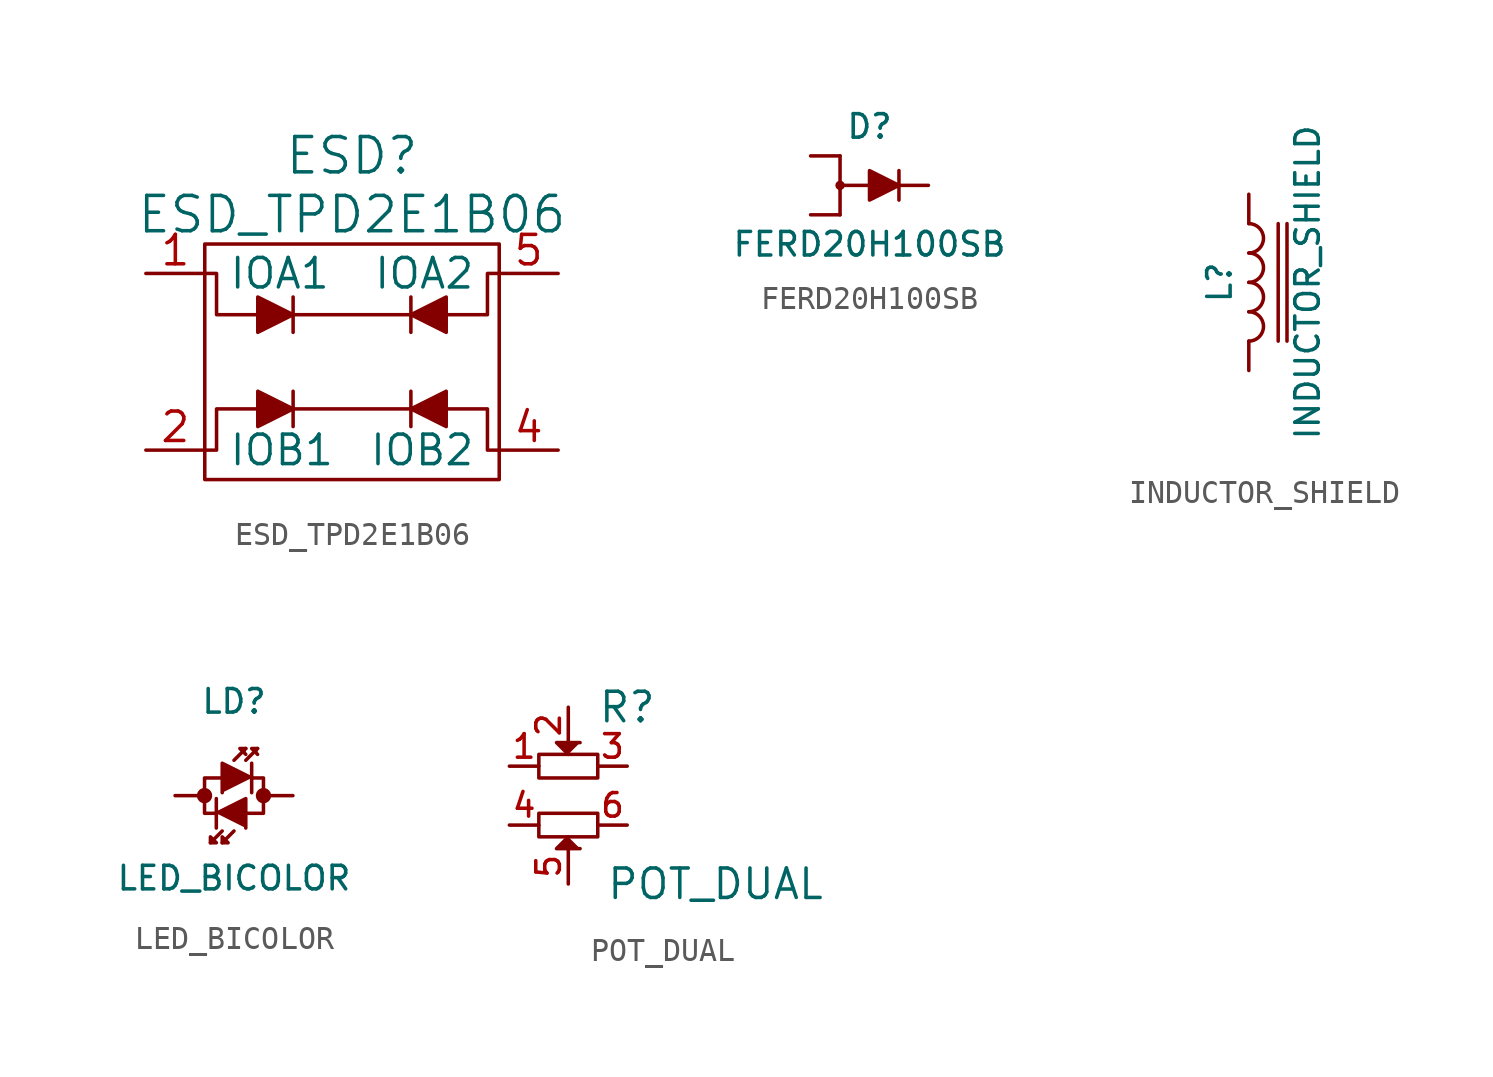
<source format=kicad_sym>
(kicad_symbol_lib
  (version 20220914)
  (generator kicad_symbol_editor)
  (symbol "ESD_TPD2E1B06"
    (pin_names
      (offset 1.016))
    (property "Reference" "ESD"
      (at 0 8.89 0)
      (effects (font (size 1.524 1.524))))
    (property "Value" "ESD_TPD2E1B06"
      (at 0 6.35 0)
      (effects (font (size 1.524 1.524))))
    (property "Footprint" ""
      (at 3.81 -2.032 0)
      (effects (font (size 1.524 1.524))))
    (property "Datasheet" ""
      (at 0 0 0)
      (effects (font (size 1.524 1.524))))
    (symbol "ESD_TPD2E1B06_0_1"
      (rectangle (start -6.35 5.08) (end 6.35 -5.08) (stroke (width 0) (type solid)) (fill (type none)))
      (polyline (pts (xy -2.54 -1.27) (xy -2.54 -2.794)) (stroke (width 0) (type solid)) (fill (type none)))
      (polyline (pts (xy -2.54 2.794) (xy -2.54 1.27)) (stroke (width 0) (type solid)) (fill (type none)))
      (polyline (pts (xy 2.54 -1.27) (xy 2.54 -2.794)) (stroke (width 0) (type solid)) (fill (type none)))
      (polyline (pts (xy 2.54 2.794) (xy 2.54 1.27)) (stroke (width 0) (type solid)) (fill (type none)))
      (polyline (pts (xy -4.064 -1.27) (xy -4.064 -2.794) (xy -2.54 -2.032) (xy -4.064 -1.27)) (stroke (width 0) (type solid)) (fill (type outline)))
      (polyline (pts (xy -4.064 2.794) (xy -4.064 1.27) (xy -2.54 2.032) (xy -4.064 2.794)) (stroke (width 0) (type solid)) (fill (type outline)))
      (polyline (pts (xy 4.064 -1.27) (xy 4.064 -2.794) (xy 2.54 -2.032) (xy 4.064 -1.27)) (stroke (width 0) (type solid)) (fill (type outline)))
      (polyline (pts (xy 4.064 2.794) (xy 4.064 1.27) (xy 2.54 2.032) (xy 4.064 2.794)) (stroke (width 0) (type solid)) (fill (type outline)))
      (polyline (pts (xy -6.35 -3.81) (xy -5.842 -3.81) (xy -5.842 -2.032) (xy 5.842 -2.032) (xy 5.842 -3.81) (xy 6.35 -3.81)) (stroke (width 0) (type solid)) (fill (type none)))
      (polyline (pts (xy -6.35 3.81) (xy -5.842 3.81) (xy -5.842 2.032) (xy 5.842 2.032) (xy 5.842 3.81) (xy 6.35 3.81)) (stroke (width 0) (type solid)) (fill (type none))))
    (symbol "ESD_TPD2E1B06_1_1"
      (pin input line (at -8.89 3.81 0) (length 2.54) (name "IOA1" (effects (font (size 1.27 1.27)))) (number "1" (effects (font (size 1.27 1.27)))))
      (pin input line (at -8.89 -3.81 0) (length 2.54) (name "IOB1" (effects (font (size 1.27 1.27)))) (number "2" (effects (font (size 1.27 1.27)))))
      (pin input line (at 8.89 -3.81 180) (length 2.54) (name "IOB2" (effects (font (size 1.27 1.27)))) (number "4" (effects (font (size 1.27 1.27)))))
      (pin input line (at 8.89 3.81 180) (length 2.54) (name "IOA2" (effects (font (size 1.27 1.27)))) (number "5" (effects (font (size 1.27 1.27)))))))
  (symbol "FERD20H100SB"
    (pin_numbers hide)
    (pin_names
      (offset 1.016) hide)
    (property "Reference" "D"
      (at 0 2.54 0)
      (effects (font (size 1.016 1.016))))
    (property "Value" "FERD20H100SB"
      (at 0 -2.54 0)
      (effects (font (size 1.016 1.016))))
    (property "Footprint" ""
      (at 0 0 0)
      (effects (font (size 1.524 1.524))))
    (property "Datasheet" ""
      (at 0 0 0)
      (effects (font (size 1.524 1.524))))
    (symbol "FERD20H100SB_0_1"
      (circle (center -1.27 0) (radius 0.127) (stroke (width 0) (type solid)) (fill (type none)))
      (polyline (pts (xy -1.27 0) (xy 0 0)) (stroke (width 0) (type solid)) (fill (type none)))
      (polyline (pts (xy -1.27 1.27) (xy -1.27 -1.27)) (stroke (width 0) (type solid)) (fill (type none)))
      (polyline (pts (xy 1.27 -0.635) (xy 1.27 0.635) (xy 1.27 0.635)) (stroke (width 0) (type solid)) (fill (type none)))
      (polyline (pts (xy 1.27 0) (xy 0 0.635) (xy 0 -0.635) (xy 1.27 0)) (stroke (width 0) (type solid)) (fill (type outline))))
    (symbol "FERD20H100SB_1_1"
      (pin passive line (at -2.54 1.27 0) (length 1.27) (name "A" (effects (font (size 1.016 1.016)))) (number "1" (effects (font (size 1.016 1.016)))))
      (pin passive line (at 2.54 0 180) (length 1.27) (name "K" (effects (font (size 1.016 1.016)))) (number "2" (effects (font (size 1.016 1.016)))))
      (pin passive line (at -2.54 -1.27 0) (length 1.27) (name "A" (effects (font (size 1.016 1.016)))) (number "3" (effects (font (size 1.016 1.016)))))))
  (symbol "INDUCTOR_SHIELD"
    (pin_numbers hide)
    (pin_names
      (offset 1.016) hide)
    (property "Reference" "L"
      (at -1.27 0 90)
      (effects (font (size 1.016 1.016))))
    (property "Value" "INDUCTOR_SHIELD"
      (at 2.54 0 90)
      (effects (font (size 1.016 1.016))))
    (property "Footprint" ""
      (at 0 0 0)
      (effects (font (size 1.524 1.524))))
    (property "Datasheet" ""
      (at 0 0 0)
      (effects (font (size 1.524 1.524))))
    (symbol "INDUCTOR_SHIELD_0_1"
      (arc (start 0 -2.54) (mid 0.6323 -1.905) (end 0 -1.27) (stroke (width 0) (type solid)) (fill (type none)))
      (arc (start 0 -1.27) (mid 0.6323 -0.635) (end 0 0) (stroke (width 0) (type solid)) (fill (type none)))
      (polyline (pts (xy 1.27 2.54) (xy 1.27 -2.54)) (stroke (width 0) (type solid)) (fill (type none)))
      (polyline (pts (xy 1.651 -2.54) (xy 1.651 2.54)) (stroke (width 0) (type solid)) (fill (type none)))
      (arc (start 0 0) (mid 0.6323 0.635) (end 0 1.27) (stroke (width 0) (type solid)) (fill (type none)))
      (arc (start 0 1.27) (mid 0.6323 1.905) (end 0 2.54) (stroke (width 0) (type solid)) (fill (type none))))
    (symbol "INDUCTOR_SHIELD_1_1"
      (pin passive line (at 0 3.81 270) (length 1.27) (name "1" (effects (font (size 1.778 1.778)))) (number "1" (effects (font (size 1.778 1.778)))))
      (pin passive line (at 0 -3.81 90) (length 1.27) (name "2" (effects (font (size 1.778 1.778)))) (number "2" (effects (font (size 1.778 1.778)))))))
  (symbol "LED_BICOLOR"
    (pin_numbers hide)
    (pin_names
      (offset 1.016) hide)
    (property "Reference" "LD"
      (at 0 4.064 0)
      (effects (font (size 1.016 1.016))))
    (property "Value" "LED_BICOLOR"
      (at 0 -3.556 0)
      (effects (font (size 1.016 1.016))))
    (property "Footprint" ""
      (at 0 0 0)
      (effects (font (size 1.524 1.524))))
    (property "Datasheet" ""
      (at 0 0 0)
      (effects (font (size 1.524 1.524))))
    (symbol "LED_BICOLOR_0_1"
      (circle (center -1.27 0) (radius 0.254) (stroke (width 0) (type solid)) (fill (type outline)))
      (polyline (pts (xy -0.762 -1.397) (xy -0.762 -0.127) (xy -0.762 -0.127)) (stroke (width 0) (type solid)) (fill (type none)))
      (polyline (pts (xy -0.508 -1.524) (xy -1.016 -2.032) (xy -1.016 -2.032)) (stroke (width 0) (type solid)) (fill (type none)))
      (polyline (pts (xy 0 -1.524) (xy -0.508 -2.032) (xy -0.508 -2.032)) (stroke (width 0) (type solid)) (fill (type none)))
      (polyline (pts (xy 0 1.524) (xy 0.508 2.032) (xy 0.508 2.032)) (stroke (width 0) (type solid)) (fill (type none)))
      (polyline (pts (xy 0.508 1.524) (xy 1.016 2.032) (xy 1.016 2.032)) (stroke (width 0) (type solid)) (fill (type outline)))
      (polyline (pts (xy 0.762 0.127) (xy 0.762 1.397) (xy 0.762 1.397)) (stroke (width 0) (type solid)) (fill (type none)))
      (polyline (pts (xy -0.762 -0.762) (xy 0.508 -0.127) (xy 0.508 -1.397) (xy 0.508 -1.397)) (stroke (width 0) (type solid)) (fill (type outline)))
      (polyline (pts (xy 0.508 1.778) (xy 0.254 2.032) (xy 0.508 2.032) (xy 0.508 2.032)) (stroke (width 0) (type solid)) (fill (type outline)))
      (polyline (pts (xy 0.762 0.762) (xy -0.508 1.397) (xy -0.508 0.127) (xy -0.508 0.127)) (stroke (width 0) (type solid)) (fill (type outline)))
      (polyline (pts (xy 1.016 2.032) (xy 0.762 2.032) (xy 1.016 1.778) (xy 1.016 1.778)) (stroke (width 0) (type solid)) (fill (type outline)))
      (polyline (pts (xy -1.016 -2.032) (xy -0.762 -2.032) (xy -1.016 -1.778) (xy -1.016 -2.032) (xy -1.016 -2.032)) (stroke (width 0) (type solid)) (fill (type outline)))
      (polyline (pts (xy -0.508 0.762) (xy -1.27 0.762) (xy -1.27 -0.762) (xy -0.762 -0.762) (xy -0.762 -0.762)) (stroke (width 0) (type solid)) (fill (type none)))
      (polyline (pts (xy 0.508 -0.762) (xy 1.27 -0.762) (xy 1.27 0.762) (xy 0.762 0.762) (xy 0.762 0.762)) (stroke (width 0) (type solid)) (fill (type none)))
      (polyline (pts (xy -0.508 -2.032) (xy -0.254 -2.032) (xy -0.508 -1.778) (xy -0.508 -2.032) (xy -0.508 -2.032) (xy -0.508 -2.032)) (stroke (width 0) (type solid)) (fill (type outline)))
      (circle (center 1.27 0) (radius 0.254) (stroke (width 0) (type solid)) (fill (type outline))))
    (symbol "LED_BICOLOR_1_1"
      (pin passive line (at -2.54 0 0) (length 1.27) (name "A" (effects (font (size 1.016 1.016)))) (number "1" (effects (font (size 1.016 1.016)))))
      (pin passive line (at 2.54 0 180) (length 1.27) (name "K" (effects (font (size 1.016 1.016)))) (number "2" (effects (font (size 1.016 1.016)))))))
  (symbol "POT_DUAL"
    (pin_names
      (offset 1.016) hide)
    (property "Reference" "R"
      (at 2.54 3.81 0)
      (effects (font (size 1.27 1.27))))
    (property "Value" "POT_DUAL"
      (at 6.35 -3.81 0)
      (effects (font (size 1.27 1.27))))
    (property "Footprint" ""
      (at 0 1.27 0)
      (effects (font (size 1.524 1.524))))
    (property "Datasheet" ""
      (at 0 0 0)
      (effects (font (size 1.524 1.524))))
    (symbol "POT_DUAL_0_0"
      (rectangle (start -1.27 -1.778) (end 1.27 -0.762) (stroke (width 0) (type solid)) (fill (type none)))
      (rectangle (start -1.27 1.778) (end 1.27 0.762) (stroke (width 0) (type solid)) (fill (type none))))
    (symbol "POT_DUAL_0_1"
      (polyline (pts (xy 0 -1.778) (xy -0.508 -2.286) (xy 0.508 -2.286)) (stroke (width 0) (type solid)) (fill (type outline)))
      (polyline (pts (xy 0 1.778) (xy -0.508 2.286) (xy 0.508 2.286)) (stroke (width 0) (type solid)) (fill (type outline))))
    (symbol "POT_DUAL_1_1"
      (pin passive line (at -2.54 1.27 0) (length 1.27) (name "1" (effects (font (size 1.016 1.016)))) (number "1" (effects (font (size 1.016 1.016)))))
      (pin passive line (at 0 3.81 270) (length 1.524) (name "2" (effects (font (size 1.016 1.016)))) (number "2" (effects (font (size 1.016 1.016)))))
      (pin passive line (at 2.54 1.27 180) (length 1.27) (name "3" (effects (font (size 1.016 1.016)))) (number "3" (effects (font (size 1.016 1.016)))))
      (pin passive line (at -2.54 -1.27 0) (length 1.27) (name "4" (effects (font (size 1.016 1.016)))) (number "4" (effects (font (size 1.016 1.016)))))
      (pin passive line (at 0 -3.81 90) (length 1.524) (name "5" (effects (font (size 1.016 1.016)))) (number "5" (effects (font (size 1.016 1.016)))))
      (pin passive line (at 2.54 -1.27 180) (length 1.27) (name "6" (effects (font (size 1.016 1.016)))) (number "6" (effects (font (size 1.016 1.016))))))))
</source>
